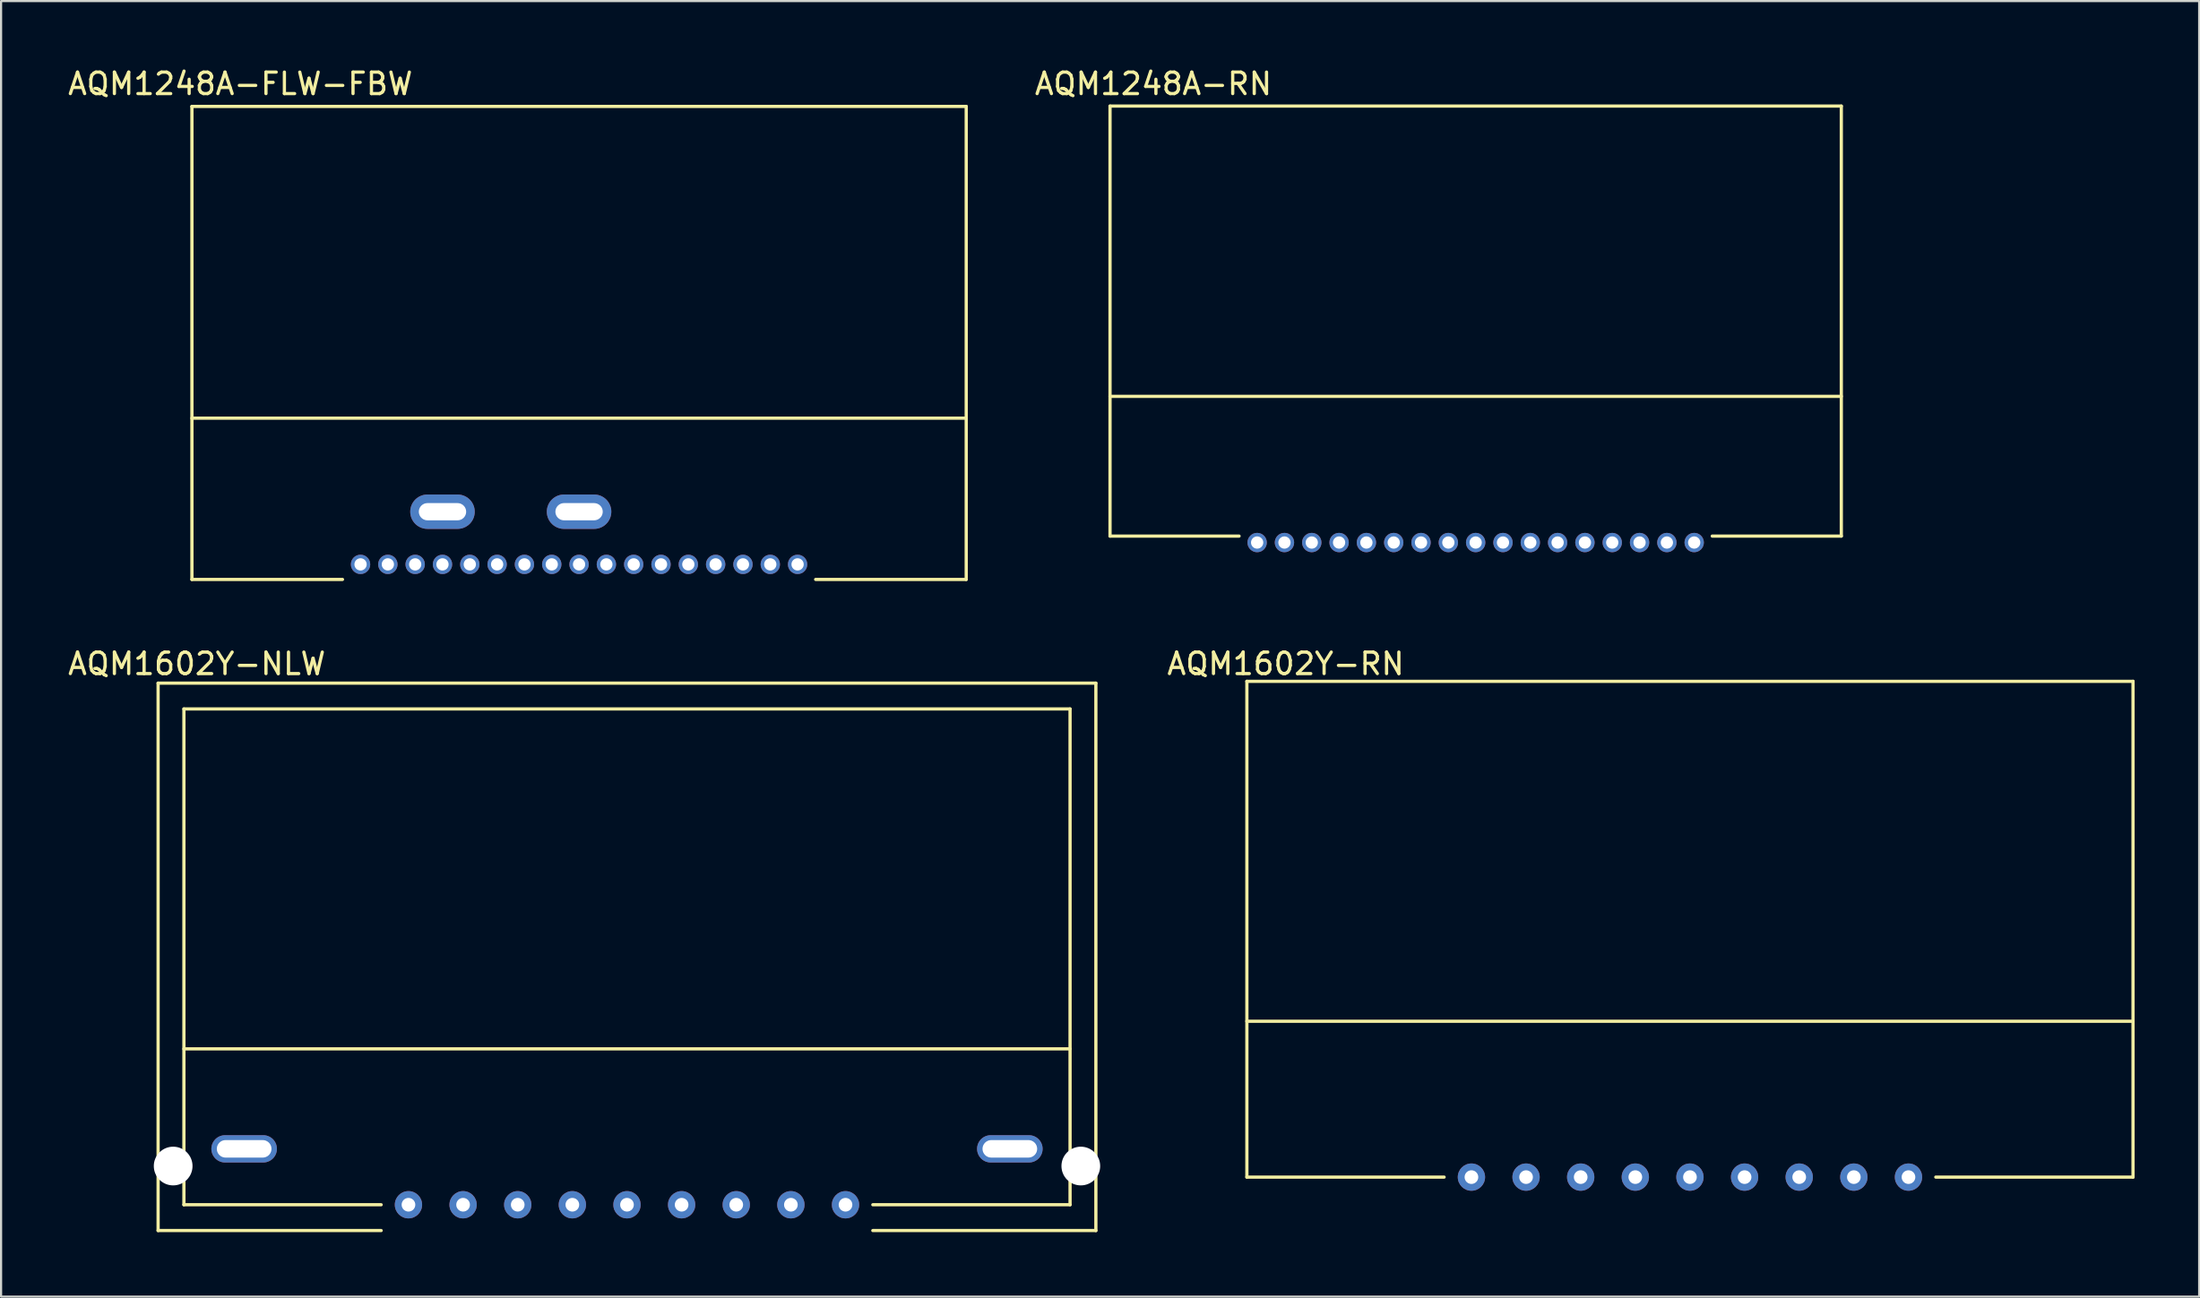
<source format=kicad_pcb>
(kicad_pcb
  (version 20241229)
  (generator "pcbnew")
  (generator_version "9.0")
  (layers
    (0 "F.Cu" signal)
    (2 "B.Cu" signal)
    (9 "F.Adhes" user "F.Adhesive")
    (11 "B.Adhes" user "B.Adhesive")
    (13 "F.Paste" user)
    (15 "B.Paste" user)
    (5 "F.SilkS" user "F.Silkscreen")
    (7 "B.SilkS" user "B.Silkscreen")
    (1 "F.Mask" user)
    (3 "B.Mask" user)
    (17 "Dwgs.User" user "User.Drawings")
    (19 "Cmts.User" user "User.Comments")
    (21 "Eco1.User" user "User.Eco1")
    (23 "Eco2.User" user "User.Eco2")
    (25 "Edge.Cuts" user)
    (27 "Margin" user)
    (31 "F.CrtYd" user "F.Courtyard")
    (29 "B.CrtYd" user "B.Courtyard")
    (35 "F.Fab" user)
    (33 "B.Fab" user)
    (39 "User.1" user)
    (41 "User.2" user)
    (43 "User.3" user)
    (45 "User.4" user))
  (footprint "AQM1602Y-RN"
    (layer "F.Cu")
    (at 75.522 41.539)
    (property "Reference" "AQM1602Y-RN" (at -18.796 -13.716 0) (layer "F.SilkS") (effects (font (size 1 1) (thickness 0.15))))
    (attr through_hole)
    (fp_line (start -20.6 -12.9) (end 20.6 -12.9) (stroke (width 0.15) (type solid)) (layer "F.SilkS"))
    (fp_line (start -20.6 2.91) (end 20.6 2.91) (stroke (width 0.15) (type solid)) (layer "F.SilkS"))
    (fp_line (start -20.6 10.16) (end -20.6 -12.9) (stroke (width 0.15) (type solid)) (layer "F.SilkS"))
    (fp_line (start -11.43 10.16) (end -20.6 10.16) (stroke (width 0.15) (type solid)) (layer "F.SilkS"))
    (fp_line (start 11.43 10.16) (end 20.6 10.16) (stroke (width 0.15) (type solid)) (layer "F.SilkS"))
    (fp_line (start 20.6 10.16) (end 20.6 -12.9) (stroke (width 0.15) (type solid)) (layer "F.SilkS"))
    (pad "1" thru_hole circle (at -10.16 10.16) (size 1.27 1.27) (drill 0.635) (layers "*.Cu" "*.Mask"))
    (pad "2" thru_hole circle (at -7.62 10.16) (size 1.27 1.27) (drill 0.635) (layers "*.Cu" "*.Mask"))
    (pad "3" thru_hole circle (at -5.08 10.16) (size 1.27 1.27) (drill 0.635) (layers "*.Cu" "*.Mask"))
    (pad "4" thru_hole circle (at -2.54 10.16) (size 1.27 1.27) (drill 0.635) (layers "*.Cu" "*.Mask"))
    (pad "5" thru_hole circle (at 0 10.16) (size 1.27 1.27) (drill 0.635) (layers "*.Cu" "*.Mask"))
    (pad "6" thru_hole circle (at 2.54 10.16) (size 1.27 1.27) (drill 0.635) (layers "*.Cu" "*.Mask"))
    (pad "7" thru_hole circle (at 5.08 10.16) (size 1.27 1.27) (drill 0.635) (layers "*.Cu" "*.Mask"))
    (pad "8" thru_hole circle (at 7.62 10.16) (size 1.27 1.27) (drill 0.635) (layers "*.Cu" "*.Mask"))
    (pad "9" thru_hole circle (at 10.16 10.16) (size 1.27 1.27) (drill 0.635) (layers "*.Cu" "*.Mask")))
  (footprint "AQM1248A-RN"
    (layer "F.Cu")
    (at 65.559 22.184)
    (property "Reference" "AQM1248A-RN" (at -14.986 -21.336 0) (layer "F.SilkS") (effects (font (size 1 1) (thickness 0.15))))
    (attr through_hole)
    (fp_line (start -17 -0.3) (end -17 -20.3) (stroke (width 0.15) (type solid)) (layer "F.SilkS"))
    (fp_line (start -17 -0.3) (end -11 -0.3) (stroke (width 0.15) (type solid)) (layer "F.SilkS"))
    (fp_line (start 17 -20.3) (end -17 -20.3) (stroke (width 0.15) (type solid)) (layer "F.SilkS"))
    (fp_line (start 17 -6.8) (end -17 -6.8) (stroke (width 0.15) (type solid)) (layer "F.SilkS"))
    (fp_line (start 17 -0.3) (end 11 -0.3) (stroke (width 0.15) (type solid)) (layer "F.SilkS"))
    (fp_line (start 17 -0.3) (end 17 -20.3) (stroke (width 0.15) (type solid)) (layer "F.SilkS"))
    (pad "1" thru_hole circle (at 10.16 0) (size 0.9 0.9) (drill 0.57) (layers "*.Cu" "*.Mask"))
    (pad "2" thru_hole circle (at 8.89 0) (size 0.9 0.9) (drill 0.57) (layers "*.Cu" "*.Mask"))
    (pad "3" thru_hole circle (at 7.62 0) (size 0.9 0.9) (drill 0.57) (layers "*.Cu" "*.Mask"))
    (pad "4" thru_hole circle (at 6.35 0) (size 0.9 0.9) (drill 0.57) (layers "*.Cu" "*.Mask"))
    (pad "5" thru_hole circle (at 5.08 0) (size 0.9 0.9) (drill 0.57) (layers "*.Cu" "*.Mask"))
    (pad "6" thru_hole circle (at 3.81 0) (size 0.9 0.9) (drill 0.57) (layers "*.Cu" "*.Mask"))
    (pad "7" thru_hole circle (at 2.54 0) (size 0.9 0.9) (drill 0.57) (layers "*.Cu" "*.Mask"))
    (pad "8" thru_hole circle (at 1.27 0) (size 0.9 0.9) (drill 0.57) (layers "*.Cu" "*.Mask"))
    (pad "9" thru_hole circle (at 0 0) (size 0.9 0.9) (drill 0.57) (layers "*.Cu" "*.Mask"))
    (pad "10" thru_hole circle (at -1.27 0) (size 0.9 0.9) (drill 0.57) (layers "*.Cu" "*.Mask"))
    (pad "11" thru_hole circle (at -2.54 0) (size 0.9 0.9) (drill 0.57) (layers "*.Cu" "*.Mask"))
    (pad "12" thru_hole circle (at -3.81 0) (size 0.9 0.9) (drill 0.57) (layers "*.Cu" "*.Mask"))
    (pad "13" thru_hole circle (at -5.08 0) (size 0.9 0.9) (drill 0.57) (layers "*.Cu" "*.Mask"))
    (pad "14" thru_hole circle (at -6.35 0) (size 0.9 0.9) (drill 0.57) (layers "*.Cu" "*.Mask"))
    (pad "15" thru_hole circle (at -7.62 0) (size 0.9 0.9) (drill 0.57) (layers "*.Cu" "*.Mask"))
    (pad "16" thru_hole circle (at -8.89 0) (size 0.9 0.9) (drill 0.57) (layers "*.Cu" "*.Mask"))
    (pad "17" thru_hole circle (at -10.16 0) (size 0.9 0.9) (drill 0.57) (layers "*.Cu" "*.Mask")))
  (footprint "AQM1248A-FLW-FBW"
    (layer "F.Cu")
    (at 23.873 23.2)
    (property "Reference" "AQM1248A-FLW-FBW" (at -15.748 -22.352 0) (layer "F.SilkS") (effects (font (size 1 1) (thickness 0.15))))
    (attr through_hole)
    (fp_line (start -18 0.7) (end -18 -21.3) (stroke (width 0.15) (type solid)) (layer "F.SilkS"))
    (fp_line (start -18 0.7) (end -11 0.7) (stroke (width 0.15) (type solid)) (layer "F.SilkS"))
    (fp_line (start 18 -21.3) (end -18 -21.3) (stroke (width 0.15) (type solid)) (layer "F.SilkS"))
    (fp_line (start 18 -6.8) (end -18 -6.8) (stroke (width 0.15) (type solid)) (layer "F.SilkS"))
    (fp_line (start 18 0.7) (end 11 0.7) (stroke (width 0.15) (type solid)) (layer "F.SilkS"))
    (fp_line (start 18 0.7) (end 18 -21.3) (stroke (width 0.15) (type solid)) (layer "F.SilkS"))
    (pad "1" thru_hole circle (at 10.16 0) (size 0.9 0.9) (drill 0.57) (layers "*.Cu" "*.Mask"))
    (pad "2" thru_hole circle (at 8.89 0) (size 0.9 0.9) (drill 0.57) (layers "*.Cu" "*.Mask"))
    (pad "3" thru_hole circle (at 7.62 0) (size 0.9 0.9) (drill 0.57) (layers "*.Cu" "*.Mask"))
    (pad "4" thru_hole circle (at 6.35 0) (size 0.9 0.9) (drill 0.57) (layers "*.Cu" "*.Mask"))
    (pad "5" thru_hole circle (at 5.08 0) (size 0.9 0.9) (drill 0.57) (layers "*.Cu" "*.Mask"))
    (pad "6" thru_hole circle (at 3.81 0) (size 0.9 0.9) (drill 0.57) (layers "*.Cu" "*.Mask"))
    (pad "7" thru_hole circle (at 2.54 0) (size 0.9 0.9) (drill 0.57) (layers "*.Cu" "*.Mask"))
    (pad "8" thru_hole circle (at 1.27 0) (size 0.9 0.9) (drill 0.57) (layers "*.Cu" "*.Mask"))
    (pad "9" thru_hole circle (at 0 0) (size 0.9 0.9) (drill 0.57) (layers "*.Cu" "*.Mask"))
    (pad "10" thru_hole circle (at -1.27 0) (size 0.9 0.9) (drill 0.57) (layers "*.Cu" "*.Mask"))
    (pad "11" thru_hole circle (at -2.54 0) (size 0.9 0.9) (drill 0.57) (layers "*.Cu" "*.Mask"))
    (pad "12" thru_hole circle (at -3.81 0) (size 0.9 0.9) (drill 0.57) (layers "*.Cu" "*.Mask"))
    (pad "13" thru_hole circle (at -5.08 0) (size 0.9 0.9) (drill 0.57) (layers "*.Cu" "*.Mask"))
    (pad "14" thru_hole circle (at -6.35 0) (size 0.9 0.9) (drill 0.57) (layers "*.Cu" "*.Mask"))
    (pad "15" thru_hole circle (at -7.62 0) (size 0.9 0.9) (drill 0.57) (layers "*.Cu" "*.Mask"))
    (pad "16" thru_hole circle (at -8.89 0) (size 0.9 0.9) (drill 0.57) (layers "*.Cu" "*.Mask"))
    (pad "17" thru_hole circle (at -10.16 0) (size 0.9 0.9) (drill 0.57) (layers "*.Cu" "*.Mask"))
    (pad "A" thru_hole oval (at -6.35 -2.45) (size 3 1.6) (drill oval 2.2 0.8) (layers "*.Cu" "*.Mask"))
    (pad "K" thru_hole oval (at 0 -2.45) (size 3 1.6) (drill oval 2.2 0.8) (layers "*.Cu" "*.Mask")))
  (footprint "AQM1602Y-NLW"
    (layer "F.Cu")
    (at 26.101 42.824)
    (property "Reference" "AQM1602Y-NLW" (at -20 -15 0) (layer "F.SilkS") (effects (font (size 1 1) (thickness 0.15))))
    (attr through_hole)
    (fp_line (start -21.8 -14.1) (end 21.8 -14.1) (stroke (width 0.15) (type solid)) (layer "F.SilkS"))
    (fp_line (start -21.8 11.36) (end -21.8 -14.1) (stroke (width 0.15) (type solid)) (layer "F.SilkS"))
    (fp_line (start -21.8 11.36) (end -11.43 11.36) (stroke (width 0.15) (type solid)) (layer "F.SilkS"))
    (fp_line (start -20.6 -12.9) (end 20.6 -12.9) (stroke (width 0.15) (type solid)) (layer "F.SilkS"))
    (fp_line (start -20.6 2.91) (end 20.6 2.91) (stroke (width 0.15) (type solid)) (layer "F.SilkS"))
    (fp_line (start -20.6 10.16) (end -20.6 -12.9) (stroke (width 0.15) (type solid)) (layer "F.SilkS"))
    (fp_line (start -11.43 10.16) (end -20.6 10.16) (stroke (width 0.15) (type solid)) (layer "F.SilkS"))
    (fp_line (start 11.43 10.16) (end 20.6 10.16) (stroke (width 0.15) (type solid)) (layer "F.SilkS"))
    (fp_line (start 20.6 10.16) (end 20.6 -12.9) (stroke (width 0.15) (type solid)) (layer "F.SilkS"))
    (fp_line (start 21.8 11.36) (end 11.43 11.36) (stroke (width 0.15) (type solid)) (layer "F.SilkS"))
    (fp_line (start 21.8 11.36) (end 21.8 -14.1) (stroke (width 0.15) (type solid)) (layer "F.SilkS"))
    (pad "" np_thru_hole circle (at -21.1 8.36) (size 1.8 1.8) (drill 1.8) (layers "*.Cu" "*.Mask"))
    (pad "" np_thru_hole circle (at 21.1 8.36) (size 1.8 1.8) (drill 1.8) (layers "*.Cu" "*.Mask"))
    (pad "1" thru_hole circle (at -10.16 10.16) (size 1.27 1.27) (drill 0.635) (layers "*.Cu" "*.Mask"))
    (pad "2" thru_hole circle (at -7.62 10.16) (size 1.27 1.27) (drill 0.635) (layers "*.Cu" "*.Mask"))
    (pad "3" thru_hole circle (at -5.08 10.16) (size 1.27 1.27) (drill 0.635) (layers "*.Cu" "*.Mask"))
    (pad "4" thru_hole circle (at -2.54 10.16) (size 1.27 1.27) (drill 0.635) (layers "*.Cu" "*.Mask"))
    (pad "5" thru_hole circle (at 0 10.16) (size 1.27 1.27) (drill 0.635) (layers "*.Cu" "*.Mask"))
    (pad "6" thru_hole circle (at 2.54 10.16) (size 1.27 1.27) (drill 0.635) (layers "*.Cu" "*.Mask"))
    (pad "7" thru_hole circle (at 5.08 10.16) (size 1.27 1.27) (drill 0.635) (layers "*.Cu" "*.Mask"))
    (pad "8" thru_hole circle (at 7.62 10.16) (size 1.27 1.27) (drill 0.635) (layers "*.Cu" "*.Mask"))
    (pad "9" thru_hole circle (at 10.16 10.16) (size 1.27 1.27) (drill 0.635) (layers "*.Cu" "*.Mask"))
    (pad "A" thru_hole oval (at -17.8 7.56) (size 3.048 1.27) (drill oval 2.54 0.813) (layers "*.Cu" "*.Mask"))
    (pad "K" thru_hole oval (at 17.8 7.56) (size 3.048 1.27) (drill oval 2.54 0.813) (layers "*.Cu" "*.Mask")))
  (gr_rect
    (start -3 -3)
    (end 99.197 57.258)
    (stroke (width 0.1) (type default))
    (fill no)
    (layer "Edge.Cuts")))
</source>
